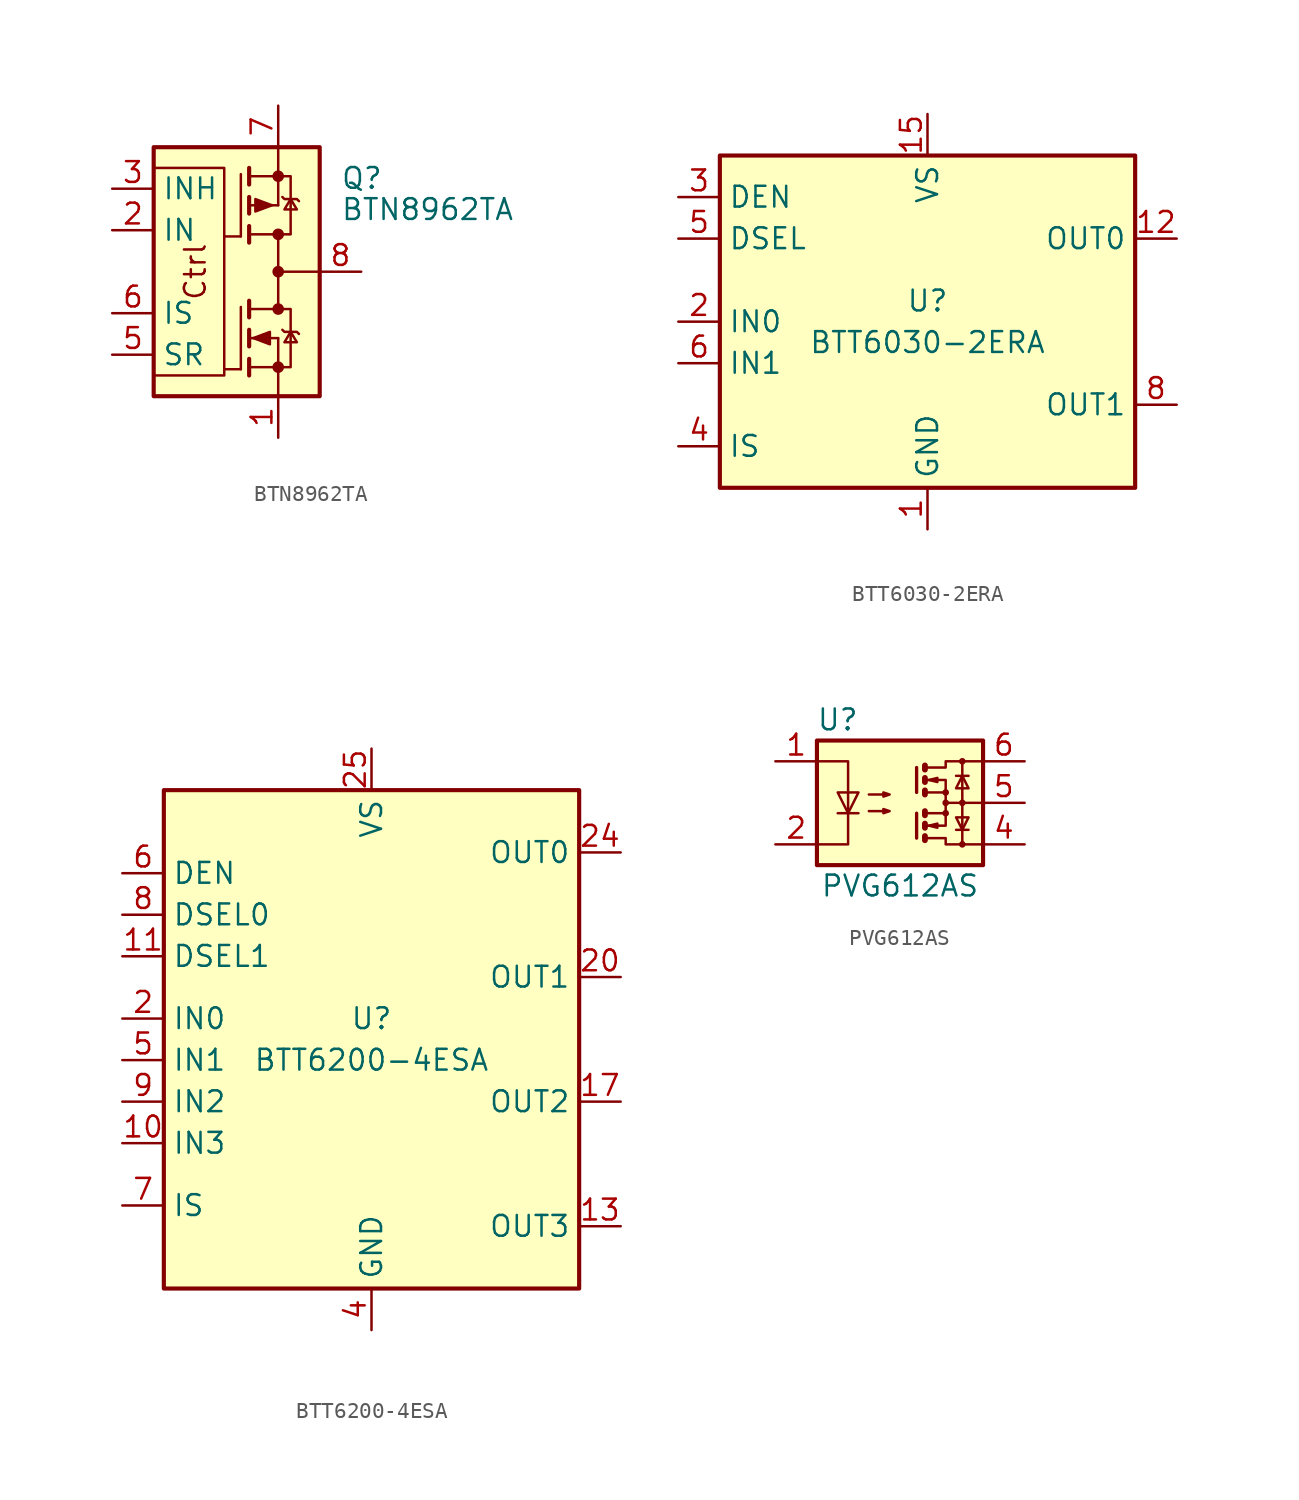
<source format=kicad_sym>
(kicad_symbol_lib
  (version 20211014)
  (generator kicad_symbol_editor)
  (symbol "BTN8962TA"
    (property "Reference" "Q"
      (at 6.35 5.715 0)
      (effects (font (size 1.27 1.27)) (justify left)))
    (property "Value" "BTN8962TA"
      (at 6.35 3.81 0)
      (effects (font (size 1.27 1.27)) (justify left)))
    (symbol "BTN8962TA_0_1"
      (rectangle (start -5.08 7.62) (end 5.08 -7.62) (stroke (width 0.254) (type default) (color 0 0 0 0)) (fill (type background)))
      (polyline (pts (xy 0.254 -5.969) (xy -0.762 -5.969)) (stroke (width 0) (type default) (color 0 0 0 0)) (fill (type none)))
      (polyline (pts (xy 0.254 2.159) (xy -0.762 2.159)) (stroke (width 0) (type default) (color 0 0 0 0)) (fill (type none)))
      (polyline (pts (xy 2.54 0) (xy 5.08 0)) (stroke (width 0) (type default) (color 0 0 0 0)) (fill (type none)))
      (polyline (pts (xy 2.54 2.286) (xy 2.54 -2.286)) (stroke (width 0) (type default) (color 0 0 0 0)) (fill (type none)))
      (polyline (pts (xy 2.54 -5.842) (xy 2.54 -7.62) (xy 2.54 -6.858)) (stroke (width 0) (type default) (color 0 0 0 0)) (fill (type none)))
      (polyline (pts (xy -5.08 6.35) (xy -0.762 6.35) (xy -0.762 -6.35) (xy -5.08 -6.35)) (stroke (width 0) (type default) (color 0 0 0 0)) (fill (type none))))
    (symbol "BTN8962TA_1_0"
      (text "Ctrl" (at -2.54 0 900) (effects (font (size 1.27 1.27)))))
    (symbol "BTN8962TA_1_1"
      (polyline (pts (xy 0.762 -5.842) (xy 2.54 -5.842)) (stroke (width 0) (type default) (color 0 0 0 0)) (fill (type none)))
      (polyline (pts (xy 0.762 -5.334) (xy 0.762 -6.35)) (stroke (width 0.254) (type default) (color 0 0 0 0)) (fill (type none)))
      (polyline (pts (xy 0.762 -4.064) (xy 2.54 -4.064)) (stroke (width 0) (type default) (color 0 0 0 0)) (fill (type none)))
      (polyline (pts (xy 0.762 -3.556) (xy 0.762 -4.572)) (stroke (width 0.254) (type default) (color 0 0 0 0)) (fill (type none)))
      (polyline (pts (xy 0.762 -2.286) (xy 2.54 -2.286)) (stroke (width 0) (type default) (color 0 0 0 0)) (fill (type none)))
      (polyline (pts (xy 0.762 -1.778) (xy 0.762 -2.794)) (stroke (width 0.254) (type default) (color 0 0 0 0)) (fill (type none)))
      (polyline (pts (xy 0.762 2.286) (xy 2.54 2.286)) (stroke (width 0) (type default) (color 0 0 0 0)) (fill (type none)))
      (polyline (pts (xy 0.762 2.794) (xy 0.762 1.778)) (stroke (width 0.254) (type default) (color 0 0 0 0)) (fill (type none)))
      (polyline (pts (xy 0.762 4.064) (xy 2.54 4.064)) (stroke (width 0) (type default) (color 0 0 0 0)) (fill (type none)))
      (polyline (pts (xy 0.762 4.572) (xy 0.762 3.556)) (stroke (width 0.254) (type default) (color 0 0 0 0)) (fill (type none)))
      (polyline (pts (xy 0.762 5.842) (xy 2.54 5.842)) (stroke (width 0) (type default) (color 0 0 0 0)) (fill (type none)))
      (polyline (pts (xy 0.762 6.35) (xy 0.762 5.334)) (stroke (width 0.254) (type default) (color 0 0 0 0)) (fill (type none)))
      (polyline (pts (xy 2.54 -5.842) (xy 2.54 -4.064)) (stroke (width 0) (type default) (color 0 0 0 0)) (fill (type none)))
      (polyline (pts (xy 2.54 4.064) (xy 2.54 5.842)) (stroke (width 0) (type default) (color 0 0 0 0)) (fill (type none)))
      (polyline (pts (xy 2.54 7.62) (xy 2.54 5.842)) (stroke (width 0) (type default) (color 0 0 0 0)) (fill (type none)))
      (polyline (pts (xy 0.254 -2.159) (xy 0.254 -5.969) (xy 0.254 -5.969)) (stroke (width 0) (type default) (color 0 0 0 0)) (fill (type none)))
      (polyline (pts (xy 0.254 5.969) (xy 0.254 2.159) (xy 0.254 2.159)) (stroke (width 0) (type default) (color 0 0 0 0)) (fill (type none)))
      (polyline (pts (xy 1.016 -4.064) (xy 2.032 -3.683) (xy 2.032 -4.445) (xy 1.016 -4.064)) (stroke (width 0) (type default) (color 0 0 0 0)) (fill (type outline)))
      (polyline (pts (xy 2.159 4.064) (xy 1.143 3.683) (xy 1.143 4.445) (xy 2.159 4.064)) (stroke (width 0) (type default) (color 0 0 0 0)) (fill (type outline)))
      (polyline (pts (xy 2.54 -5.842) (xy 3.302 -5.842) (xy 3.302 -2.286) (xy 2.54 -2.286)) (stroke (width 0) (type default) (color 0 0 0 0)) (fill (type none)))
      (polyline (pts (xy 2.54 2.286) (xy 3.302 2.286) (xy 3.302 5.842) (xy 2.54 5.842)) (stroke (width 0) (type default) (color 0 0 0 0)) (fill (type none)))
      (polyline (pts (xy 2.794 -3.556) (xy 2.921 -3.683) (xy 3.683 -3.683) (xy 3.81 -3.81)) (stroke (width 0) (type default) (color 0 0 0 0)) (fill (type none)))
      (polyline (pts (xy 2.794 4.572) (xy 2.921 4.445) (xy 3.683 4.445) (xy 3.81 4.318)) (stroke (width 0) (type default) (color 0 0 0 0)) (fill (type none)))
      (polyline (pts (xy 3.302 -3.683) (xy 2.921 -4.318) (xy 3.683 -4.318) (xy 3.302 -3.683)) (stroke (width 0) (type default) (color 0 0 0 0)) (fill (type none)))
      (polyline (pts (xy 3.302 4.445) (xy 2.921 3.81) (xy 3.683 3.81) (xy 3.302 4.445)) (stroke (width 0) (type default) (color 0 0 0 0)) (fill (type none)))
      (circle (center 2.54 -5.842) (radius 0.279) (stroke (width 0) (type default) (color 0 0 0 0)) (fill (type outline)))
      (circle (center 2.54 -2.286) (radius 0.279) (stroke (width 0) (type default) (color 0 0 0 0)) (fill (type outline)))
      (circle (center 2.54 0) (radius 0.279) (stroke (width 0) (type default) (color 0 0 0 0)) (fill (type outline)))
      (circle (center 2.54 2.286) (radius 0.279) (stroke (width 0) (type default) (color 0 0 0 0)) (fill (type outline)))
      (circle (center 2.54 5.842) (radius 0.279) (stroke (width 0) (type default) (color 0 0 0 0)) (fill (type outline)))
      (pin power_in line (at 2.54 -10.16 90) (length 2.54) (name "~" (effects (font (size 1.27 1.27)))) (number "1" (effects (font (size 1.27 1.27)))))
      (pin input line (at -7.62 2.54 0) (length 2.54) (name "IN" (effects (font (size 1.27 1.27)))) (number "2" (effects (font (size 1.27 1.27)))))
      (pin input line (at -7.62 5.08 0) (length 2.54) (name "INH" (effects (font (size 1.27 1.27)))) (number "3" (effects (font (size 1.27 1.27)))))
      (pin passive line (at 7.62 0 180) (length 2.54) hide (name "~" (effects (font (size 1.27 1.27)))) (number "4" (effects (font (size 1.27 1.27)))))
      (pin input line (at -7.62 -5.08 0) (length 2.54) (name "SR" (effects (font (size 1.27 1.27)))) (number "5" (effects (font (size 1.27 1.27)))))
      (pin output line (at -7.62 -2.54 0) (length 2.54) (name "IS" (effects (font (size 1.27 1.27)))) (number "6" (effects (font (size 1.27 1.27)))))
      (pin power_in line (at 2.54 10.16 270) (length 2.54) (name "~" (effects (font (size 1.27 1.27)))) (number "7" (effects (font (size 1.27 1.27)))))
      (pin passive line (at 7.62 0 180) (length 2.54) (name "~" (effects (font (size 1.27 1.27)))) (number "8" (effects (font (size 1.27 1.27)))))))
  (symbol "BTT6030-2ERA"
    (property "Reference" "U"
      (at 0 1.27 0)
      (effects (font (size 1.27 1.27))))
    (property "Value" "BTT6030-2ERA"
      (at 0 -1.27 0)
      (effects (font (size 1.27 1.27))))
    (symbol "BTT6030-2ERA_0_0"
      (pin power_in line (at 0 -12.7 90) (length 2.54) (name "GND" (effects (font (size 1.27 1.27)))) (number "1" (effects (font (size 1.27 1.27)))))
      (pin output line (at 15.24 -5.08 180) (length 2.54) hide (name "OUT1" (effects (font (size 1.27 1.27)))) (number "10" (effects (font (size 1.27 1.27)))))
      (pin no_connect line (at -15.24 2.54 0) (length 2.54) hide (name "NC" (effects (font (size 1.27 1.27)))) (number "11" (effects (font (size 1.27 1.27)))))
      (pin output line (at 15.24 5.08 180) (length 2.54) (name "OUT0" (effects (font (size 1.27 1.27)))) (number "12" (effects (font (size 1.27 1.27)))))
      (pin output line (at 15.24 5.08 180) (length 2.54) hide (name "OUT0" (effects (font (size 1.27 1.27)))) (number "13" (effects (font (size 1.27 1.27)))))
      (pin output line (at 15.24 5.08 180) (length 2.54) hide (name "OUT0" (effects (font (size 1.27 1.27)))) (number "14" (effects (font (size 1.27 1.27)))))
      (pin power_in line (at 0 12.7 270) (length 2.54) (name "VS" (effects (font (size 1.27 1.27)))) (number "15" (effects (font (size 1.27 1.27)))))
      (pin input line (at -15.24 0 0) (length 2.54) (name "IN0" (effects (font (size 1.27 1.27)))) (number "2" (effects (font (size 1.27 1.27)))))
      (pin input line (at -15.24 7.62 0) (length 2.54) (name "DEN" (effects (font (size 1.27 1.27)))) (number "3" (effects (font (size 1.27 1.27)))))
      (pin output line (at -15.24 -7.62 0) (length 2.54) (name "IS" (effects (font (size 1.27 1.27)))) (number "4" (effects (font (size 1.27 1.27)))))
      (pin input line (at -15.24 5.08 0) (length 2.54) (name "DSEL" (effects (font (size 1.27 1.27)))) (number "5" (effects (font (size 1.27 1.27)))))
      (pin input line (at -15.24 -2.54 0) (length 2.54) (name "IN1" (effects (font (size 1.27 1.27)))) (number "6" (effects (font (size 1.27 1.27)))))
      (pin no_connect line (at -15.24 -5.08 0) (length 2.54) hide (name "NC" (effects (font (size 1.27 1.27)))) (number "7" (effects (font (size 1.27 1.27)))))
      (pin output line (at 15.24 -5.08 180) (length 2.54) (name "OUT1" (effects (font (size 1.27 1.27)))) (number "8" (effects (font (size 1.27 1.27)))))
      (pin output line (at 15.24 -5.08 180) (length 2.54) hide (name "OUT1" (effects (font (size 1.27 1.27)))) (number "9" (effects (font (size 1.27 1.27))))))
    (symbol "BTT6030-2ERA_0_1"
      (rectangle (start -12.7 10.16) (end 12.7 -10.16) (stroke (width 0.254) (type default) (color 0 0 0 0)) (fill (type background)))))
  (symbol "BTT6200-4ESA"
    (property "Reference" "U"
      (at 0 1.27 0)
      (effects (font (size 1.27 1.27))))
    (property "Value" "BTT6200-4ESA"
      (at 0 -1.27 0)
      (effects (font (size 1.27 1.27))))
    (symbol "BTT6200-4ESA_0_0"
      (pin input line (at -15.24 -6.35 0) (length 2.54) (name "IN3" (effects (font (size 1.27 1.27)))) (number "10" (effects (font (size 1.27 1.27)))))
      (pin input line (at -15.24 5.08 0) (length 2.54) (name "DSEL1" (effects (font (size 1.27 1.27)))) (number "11" (effects (font (size 1.27 1.27)))))
      (pin output line (at 15.24 -11.43 180) (length 2.54) (name "OUT3" (effects (font (size 1.27 1.27)))) (number "13" (effects (font (size 1.27 1.27)))))
      (pin output line (at 15.24 -3.81 180) (length 2.54) (name "OUT2" (effects (font (size 1.27 1.27)))) (number "17" (effects (font (size 1.27 1.27)))))
      (pin output line (at 15.24 3.81 180) (length 2.54) (name "OUT1" (effects (font (size 1.27 1.27)))) (number "20" (effects (font (size 1.27 1.27)))))
      (pin output line (at 15.24 11.43 180) (length 2.54) (name "OUT0" (effects (font (size 1.27 1.27)))) (number "24" (effects (font (size 1.27 1.27)))))
      (pin power_in line (at 0 17.78 270) (length 2.54) (name "VS" (effects (font (size 1.27 1.27)))) (number "25" (effects (font (size 1.27 1.27)))))
      (pin power_in line (at 0 -17.78 90) (length 2.54) (name "GND" (effects (font (size 1.27 1.27)))) (number "4" (effects (font (size 1.27 1.27)))))
      (pin input line (at -15.24 -1.27 0) (length 2.54) (name "IN1" (effects (font (size 1.27 1.27)))) (number "5" (effects (font (size 1.27 1.27)))))
      (pin input line (at -15.24 10.16 0) (length 2.54) (name "DEN" (effects (font (size 1.27 1.27)))) (number "6" (effects (font (size 1.27 1.27)))))
      (pin output line (at -15.24 -10.16 0) (length 2.54) (name "IS" (effects (font (size 1.27 1.27)))) (number "7" (effects (font (size 1.27 1.27)))))
      (pin input line (at -15.24 7.62 0) (length 2.54) (name "DSEL0" (effects (font (size 1.27 1.27)))) (number "8" (effects (font (size 1.27 1.27)))))
      (pin input line (at -15.24 -3.81 0) (length 2.54) (name "IN2" (effects (font (size 1.27 1.27)))) (number "9" (effects (font (size 1.27 1.27))))))
    (symbol "BTT6200-4ESA_0_1"
      (rectangle (start -12.7 15.24) (end 12.7 -15.24) (stroke (width 0.254) (type default) (color 0 0 0 0)) (fill (type background))))
    (symbol "BTT6200-4ESA_1_1"
      (pin input line (at -15.24 1.27 0) (length 2.54) (name "IN0" (effects (font (size 1.27 1.27)))) (number "2" (effects (font (size 1.27 1.27)))))))
  (symbol "PVG612AS"
    (property "Reference" "U"
      (at -3.81 5.08 0)
      (effects (font (size 1.27 1.27))))
    (property "Value" "PVG612AS"
      (at 0 -5.08 0)
      (effects (font (size 1.27 1.27))))
    (symbol "PVG612AS_0_1"
      (rectangle (start -5.08 3.81) (end 5.08 -3.81) (stroke (width 0.254) (type default) (color 0 0 0 0)) (fill (type background)))
      (polyline (pts (xy -3.81 -0.635) (xy -2.54 -0.635)) (stroke (width 0) (type default) (color 0 0 0 0)) (fill (type none)))
      (polyline (pts (xy 1.016 -0.635) (xy 1.016 -2.159)) (stroke (width 0.203) (type default) (color 0 0 0 0)) (fill (type none)))
      (polyline (pts (xy 1.016 2.159) (xy 1.016 0.635)) (stroke (width 0.203) (type default) (color 0 0 0 0)) (fill (type none)))
      (polyline (pts (xy 1.524 -0.508) (xy 1.524 -0.762)) (stroke (width 0.356) (type default) (color 0 0 0 0)) (fill (type none)))
      (polyline (pts (xy 2.794 0) (xy 5.08 0)) (stroke (width 0) (type default) (color 0 0 0 0)) (fill (type none)))
      (polyline (pts (xy 3.429 -1.651) (xy 4.191 -1.651)) (stroke (width 0) (type default) (color 0 0 0 0)) (fill (type none)))
      (polyline (pts (xy 3.429 1.651) (xy 4.191 1.651)) (stroke (width 0) (type default) (color 0 0 0 0)) (fill (type none)))
      (polyline (pts (xy 3.81 -2.54) (xy 3.81 2.54)) (stroke (width 0) (type default) (color 0 0 0 0)) (fill (type none)))
      (polyline (pts (xy 1.524 -2.032) (xy 1.524 -2.286) (xy 1.524 -2.286)) (stroke (width 0.356) (type default) (color 0 0 0 0)) (fill (type none)))
      (polyline (pts (xy 1.524 -1.27) (xy 1.524 -1.524) (xy 1.524 -1.524)) (stroke (width 0.356) (type default) (color 0 0 0 0)) (fill (type none)))
      (polyline (pts (xy 1.524 0.762) (xy 1.524 0.508) (xy 1.524 0.508)) (stroke (width 0.356) (type default) (color 0 0 0 0)) (fill (type none)))
      (polyline (pts (xy 1.524 1.524) (xy 1.524 1.27) (xy 1.524 1.27)) (stroke (width 0.356) (type default) (color 0 0 0 0)) (fill (type none)))
      (polyline (pts (xy 1.524 2.286) (xy 1.524 2.032) (xy 1.524 2.032)) (stroke (width 0.356) (type default) (color 0 0 0 0)) (fill (type none)))
      (polyline (pts (xy 1.651 -1.397) (xy 2.794 -1.397) (xy 2.794 -0.635)) (stroke (width 0) (type default) (color 0 0 0 0)) (fill (type none)))
      (polyline (pts (xy 1.651 1.397) (xy 2.794 1.397) (xy 2.794 0.635)) (stroke (width 0) (type default) (color 0 0 0 0)) (fill (type none)))
      (polyline (pts (xy -5.08 2.54) (xy -3.175 2.54) (xy -3.175 -2.54) (xy -5.08 -2.54)) (stroke (width 0) (type default) (color 0 0 0 0)) (fill (type none)))
      (polyline (pts (xy -3.175 -0.635) (xy -3.81 0.635) (xy -2.54 0.635) (xy -3.175 -0.635)) (stroke (width 0) (type default) (color 0 0 0 0)) (fill (type none)))
      (polyline (pts (xy 1.651 -2.159) (xy 2.794 -2.159) (xy 2.794 -2.54) (xy 5.08 -2.54)) (stroke (width 0) (type default) (color 0 0 0 0)) (fill (type none)))
      (polyline (pts (xy 1.651 -0.635) (xy 2.794 -0.635) (xy 2.794 0.635) (xy 1.651 0.635)) (stroke (width 0) (type default) (color 0 0 0 0)) (fill (type none)))
      (polyline (pts (xy 1.651 2.159) (xy 2.794 2.159) (xy 2.794 2.54) (xy 5.08 2.54)) (stroke (width 0) (type default) (color 0 0 0 0)) (fill (type none)))
      (polyline (pts (xy 1.778 -1.397) (xy 2.286 -1.27) (xy 2.286 -1.524) (xy 1.778 -1.397)) (stroke (width 0) (type default) (color 0 0 0 0)) (fill (type none)))
      (polyline (pts (xy 1.778 1.397) (xy 2.286 1.524) (xy 2.286 1.27) (xy 1.778 1.397)) (stroke (width 0) (type default) (color 0 0 0 0)) (fill (type none)))
      (polyline (pts (xy 3.81 -1.651) (xy 3.429 -0.889) (xy 4.191 -0.889) (xy 3.81 -1.651)) (stroke (width 0) (type default) (color 0 0 0 0)) (fill (type none)))
      (polyline (pts (xy 3.81 1.651) (xy 3.429 0.889) (xy 4.191 0.889) (xy 3.81 1.651)) (stroke (width 0) (type default) (color 0 0 0 0)) (fill (type none)))
      (polyline (pts (xy -1.905 -0.508) (xy -0.635 -0.508) (xy -1.016 -0.635) (xy -1.016 -0.381) (xy -0.635 -0.508)) (stroke (width 0) (type default) (color 0 0 0 0)) (fill (type none)))
      (polyline (pts (xy -1.905 0.508) (xy -0.635 0.508) (xy -1.016 0.381) (xy -1.016 0.635) (xy -0.635 0.508)) (stroke (width 0) (type default) (color 0 0 0 0)) (fill (type none)))
      (circle (center 2.794 -0.635) (radius 0.127) (stroke (width 0) (type default) (color 0 0 0 0)) (fill (type none)))
      (circle (center 2.794 0) (radius 0.127) (stroke (width 0) (type default) (color 0 0 0 0)) (fill (type none)))
      (circle (center 2.794 0.635) (radius 0.127) (stroke (width 0) (type default) (color 0 0 0 0)) (fill (type none)))
      (circle (center 3.81 -2.54) (radius 0.127) (stroke (width 0) (type default) (color 0 0 0 0)) (fill (type none)))
      (circle (center 3.81 0) (radius 0.127) (stroke (width 0) (type default) (color 0 0 0 0)) (fill (type none)))
      (circle (center 3.81 2.54) (radius 0.127) (stroke (width 0) (type default) (color 0 0 0 0)) (fill (type none))))
    (symbol "PVG612AS_1_1"
      (pin passive line (at -7.62 2.54 0) (length 2.54) (name "~" (effects (font (size 1.27 1.27)))) (number "1" (effects (font (size 1.27 1.27)))))
      (pin passive line (at -7.62 -2.54 0) (length 2.54) (name "~" (effects (font (size 1.27 1.27)))) (number "2" (effects (font (size 1.27 1.27)))))
      (pin no_connect line (at -5.08 0 0) (length 2.54) hide (name "~" (effects (font (size 1.27 1.27)))) (number "3" (effects (font (size 1.27 1.27)))))
      (pin passive line (at 7.62 -2.54 180) (length 2.54) (name "~" (effects (font (size 1.27 1.27)))) (number "4" (effects (font (size 1.27 1.27)))))
      (pin passive line (at 7.62 0 180) (length 2.54) (name "~" (effects (font (size 1.27 1.27)))) (number "5" (effects (font (size 1.27 1.27)))))
      (pin passive line (at 7.62 2.54 180) (length 2.54) (name "~" (effects (font (size 1.27 1.27)))) (number "6" (effects (font (size 1.27 1.27))))))))
</source>
